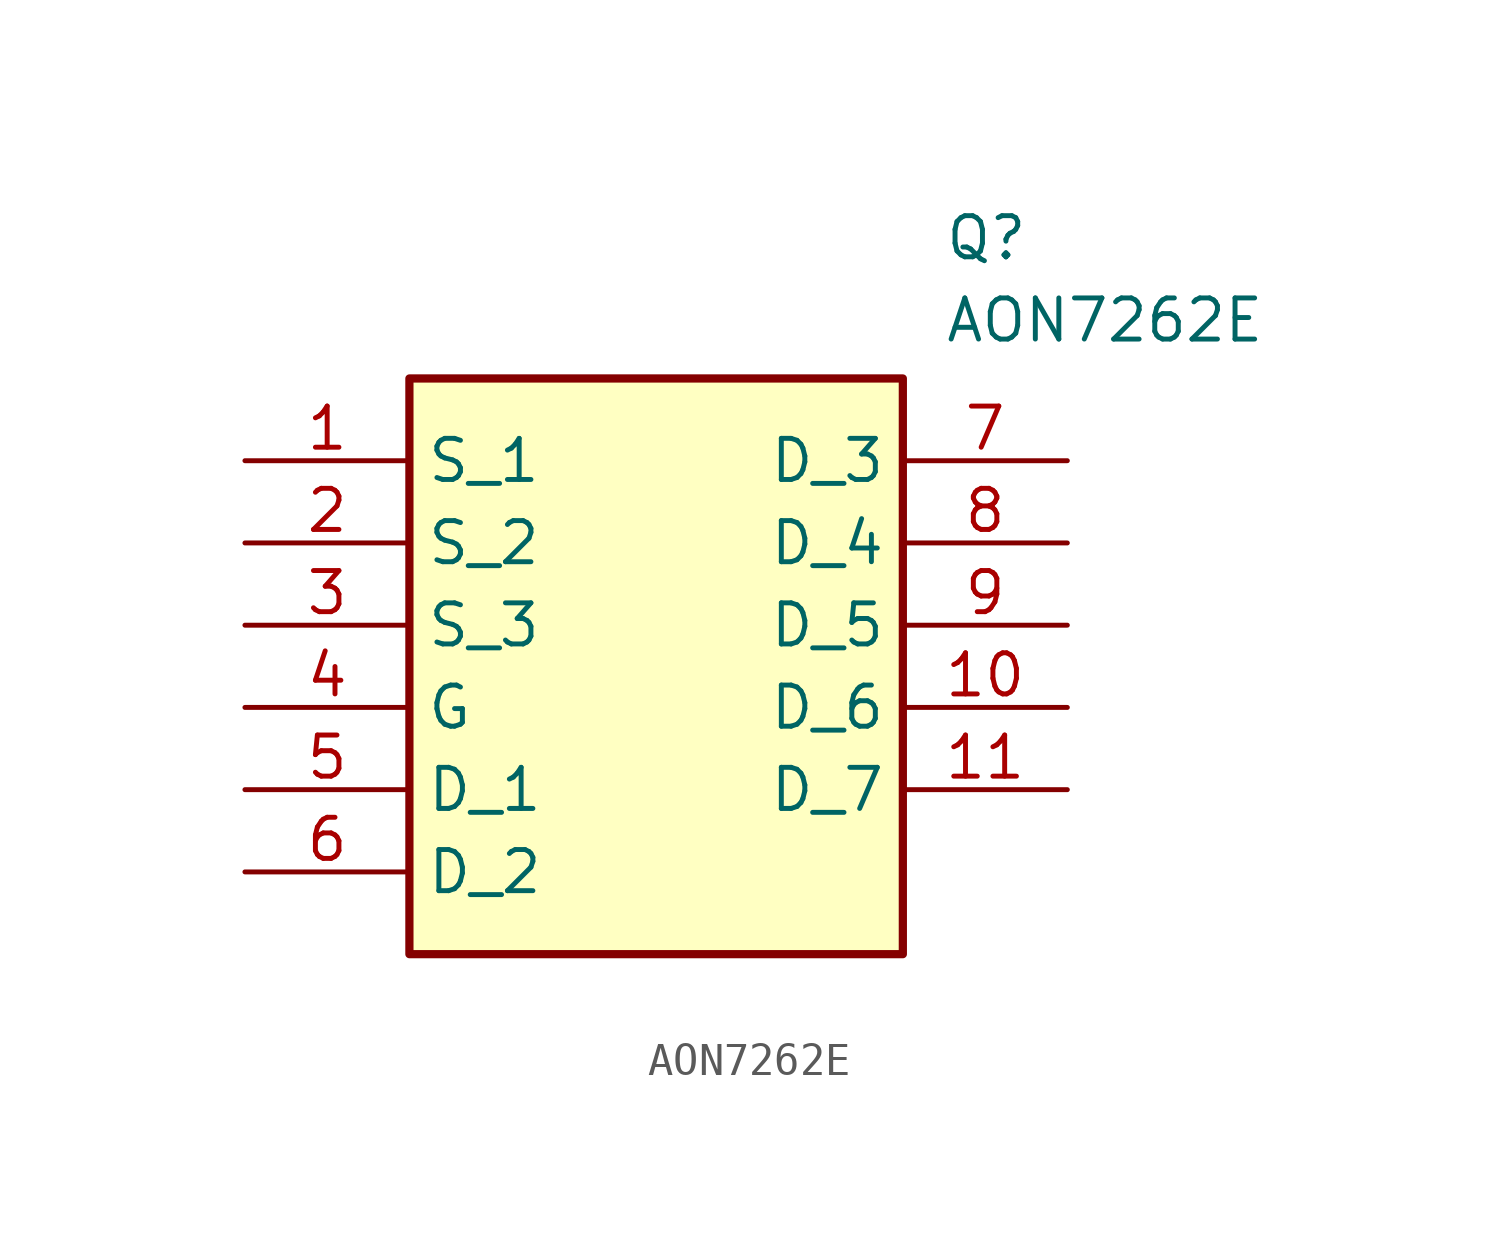
<source format=kicad_sym>
(kicad_symbol_lib
  (version 20211014)
  (generator SamacSys_ECAD_Model)
  (symbol "AON7262E"
    (property "Reference" "Q"
      (at 21.59 7.62 0)
      (effects (font (size 1.27 1.27)) (justify left top)))
    (property "Value" "AON7262E"
      (at 21.59 5.08 0)
      (effects (font (size 1.27 1.27)) (justify left top)))
    (rectangle
      (start 5.08 2.54)
      (end 20.32 -15.24)
      (stroke (width 0.254) (type default))
      (fill (type background)))
    (pin passive line
      (at 0 0 0)
      (length 5.08)
      (name "S_1" (effects (font (size 1.27 1.27))))
      (number "1" (effects (font (size 1.27 1.27)))))
    (pin passive line
      (at 0 -2.54 0)
      (length 5.08)
      (name "S_2" (effects (font (size 1.27 1.27))))
      (number "2" (effects (font (size 1.27 1.27)))))
    (pin passive line
      (at 0 -5.08 0)
      (length 5.08)
      (name "S_3" (effects (font (size 1.27 1.27))))
      (number "3" (effects (font (size 1.27 1.27)))))
    (pin passive line
      (at 0 -7.62 0)
      (length 5.08)
      (name "G" (effects (font (size 1.27 1.27))))
      (number "4" (effects (font (size 1.27 1.27)))))
    (pin passive line
      (at 0 -10.16 0)
      (length 5.08)
      (name "D_1" (effects (font (size 1.27 1.27))))
      (number "5" (effects (font (size 1.27 1.27)))))
    (pin passive line
      (at 0 -12.7 0)
      (length 5.08)
      (name "D_2" (effects (font (size 1.27 1.27))))
      (number "6" (effects (font (size 1.27 1.27)))))
    (pin passive line
      (at 25.4 0 180)
      (length 5.08)
      (name "D_3" (effects (font (size 1.27 1.27))))
      (number "7" (effects (font (size 1.27 1.27)))))
    (pin passive line
      (at 25.4 -2.54 180)
      (length 5.08)
      (name "D_4" (effects (font (size 1.27 1.27))))
      (number "8" (effects (font (size 1.27 1.27)))))
    (pin passive line
      (at 25.4 -5.08 180)
      (length 5.08)
      (name "D_5" (effects (font (size 1.27 1.27))))
      (number "9" (effects (font (size 1.27 1.27)))))
    (pin passive line
      (at 25.4 -7.62 180)
      (length 5.08)
      (name "D_6" (effects (font (size 1.27 1.27))))
      (number "10" (effects (font (size 1.27 1.27)))))
    (pin passive line
      (at 25.4 -10.16 180)
      (length 5.08)
      (name "D_7" (effects (font (size 1.27 1.27))))
      (number "11" (effects (font (size 1.27 1.27)))))))
</source>
